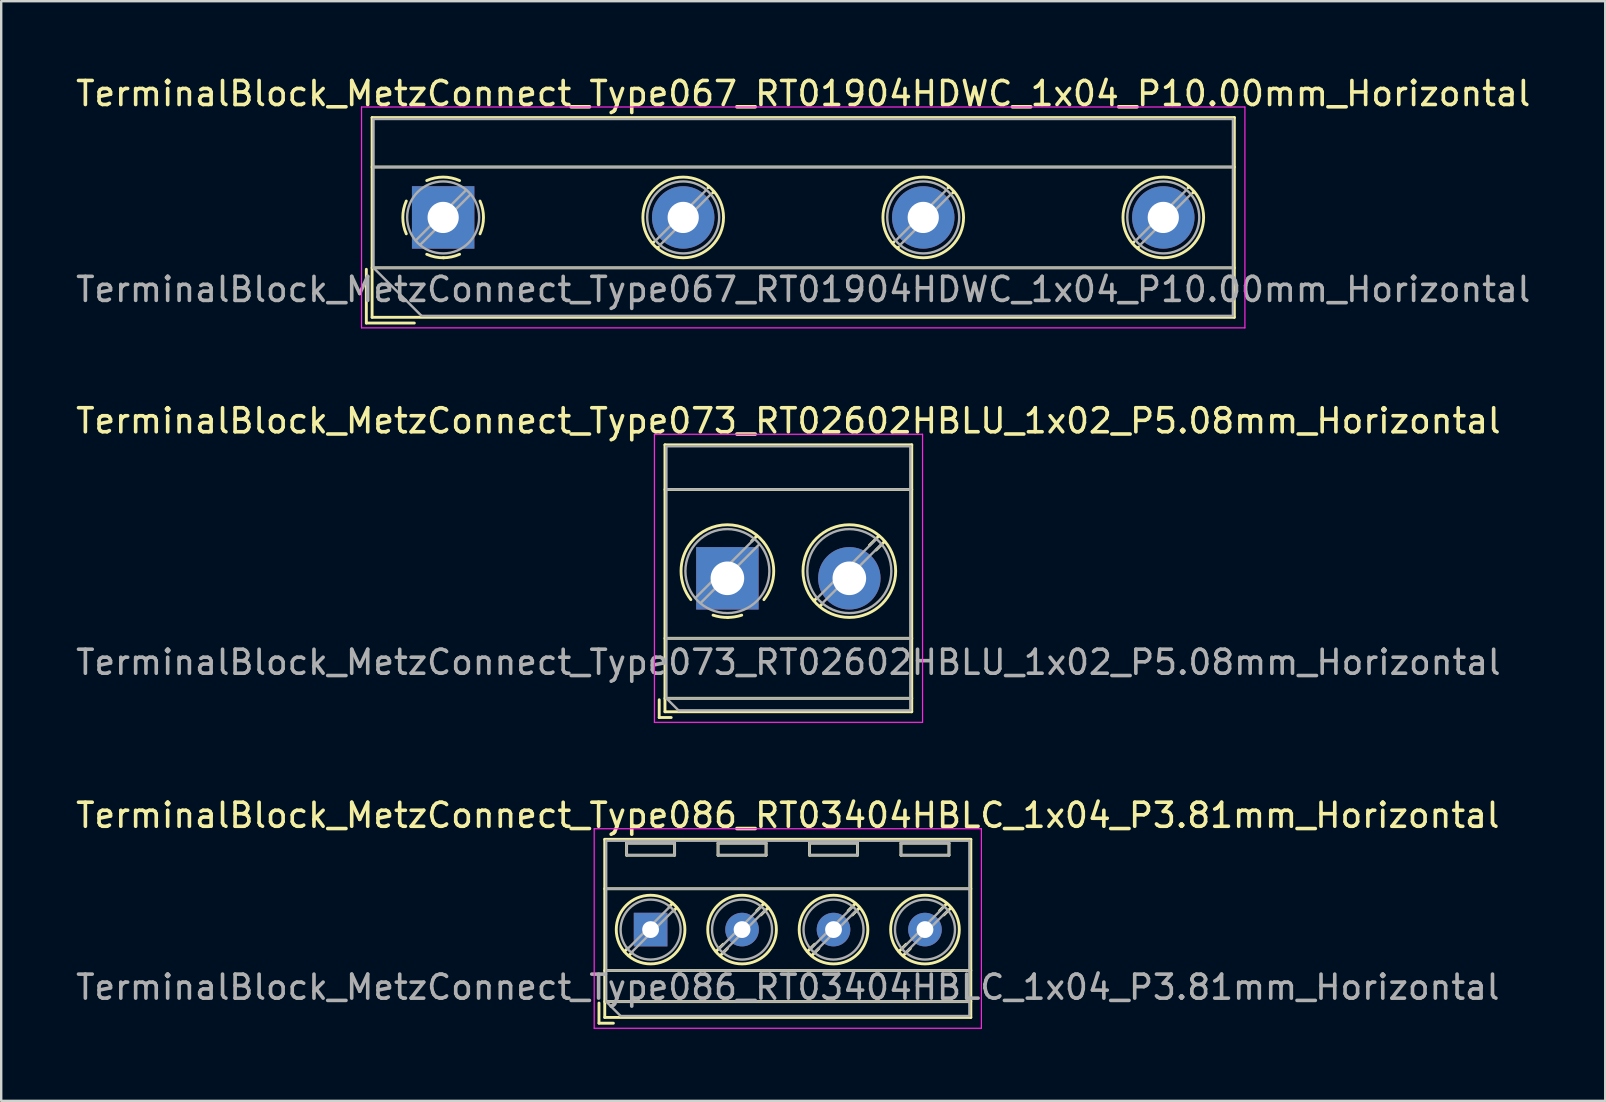
<source format=kicad_pcb>
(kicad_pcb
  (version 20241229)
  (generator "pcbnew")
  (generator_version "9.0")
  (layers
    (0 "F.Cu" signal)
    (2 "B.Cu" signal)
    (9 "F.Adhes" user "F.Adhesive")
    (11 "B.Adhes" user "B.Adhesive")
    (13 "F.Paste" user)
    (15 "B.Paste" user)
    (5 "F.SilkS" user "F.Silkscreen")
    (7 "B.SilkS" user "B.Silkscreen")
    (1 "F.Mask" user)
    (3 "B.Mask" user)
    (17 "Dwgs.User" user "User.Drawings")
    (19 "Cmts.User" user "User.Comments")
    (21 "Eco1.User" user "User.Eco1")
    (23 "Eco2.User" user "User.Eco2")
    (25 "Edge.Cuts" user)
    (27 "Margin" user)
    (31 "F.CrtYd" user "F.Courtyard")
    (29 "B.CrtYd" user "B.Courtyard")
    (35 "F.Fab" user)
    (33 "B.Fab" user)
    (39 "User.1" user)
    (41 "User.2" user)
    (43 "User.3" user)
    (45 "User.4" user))
  (footprint "TerminalBlock_MetzConnect_Type067_RT01904HDWC_1x04_P10.00mm_Horizontal"
    (layer "F.Cu")
    (at 15.411 6.008)
    (property "Reference" "TerminalBlock_MetzConnect_Type067_RT01904HDWC_1x04_P10.00mm_Horizontal" (at 15 -5.16 0) (layer "F.SilkS") (effects (font (size 1 1) (thickness 0.15))))
    (attr through_hole)
    (fp_line (start -3.2 2.16) (end -3.2 4.4) (stroke (width 0.12) (type solid)) (layer "F.SilkS"))
    (fp_line (start -3.2 4.4) (end -1.2 4.4) (stroke (width 0.12) (type solid)) (layer "F.SilkS"))
    (fp_line (start -2.96 -4.16) (end -2.96 4.16) (stroke (width 0.12) (type solid)) (layer "F.SilkS"))
    (fp_line (start -2.96 -4.16) (end 32.96 -4.16) (stroke (width 0.12) (type solid)) (layer "F.SilkS"))
    (fp_line (start -2.96 -2.1) (end 32.96 -2.1) (stroke (width 0.12) (type solid)) (layer "F.SilkS"))
    (fp_line (start -2.96 2.1) (end 32.96 2.1) (stroke (width 0.12) (type solid)) (layer "F.SilkS"))
    (fp_line (start -2.96 4.16) (end 32.96 4.16) (stroke (width 0.12) (type solid)) (layer "F.SilkS"))
    (fp_line (start 8.773 1.023) (end 8.726 1.069) (stroke (width 0.12) (type solid)) (layer "F.SilkS"))
    (fp_line (start 8.966 1.239) (end 8.931 1.274) (stroke (width 0.12) (type solid)) (layer "F.SilkS"))
    (fp_line (start 11.07 -1.275) (end 11.035 -1.239) (stroke (width 0.12) (type solid)) (layer "F.SilkS"))
    (fp_line (start 11.275 -1.069) (end 11.228 -1.023) (stroke (width 0.12) (type solid)) (layer "F.SilkS"))
    (fp_line (start 18.773 1.023) (end 18.726 1.069) (stroke (width 0.12) (type solid)) (layer "F.SilkS"))
    (fp_line (start 18.966 1.239) (end 18.931 1.274) (stroke (width 0.12) (type solid)) (layer "F.SilkS"))
    (fp_line (start 21.07 -1.275) (end 21.035 -1.239) (stroke (width 0.12) (type solid)) (layer "F.SilkS"))
    (fp_line (start 21.275 -1.069) (end 21.228 -1.023) (stroke (width 0.12) (type solid)) (layer "F.SilkS"))
    (fp_line (start 28.773 1.023) (end 28.726 1.069) (stroke (width 0.12) (type solid)) (layer "F.SilkS"))
    (fp_line (start 28.966 1.239) (end 28.931 1.274) (stroke (width 0.12) (type solid)) (layer "F.SilkS"))
    (fp_line (start 31.07 -1.275) (end 31.035 -1.239) (stroke (width 0.12) (type solid)) (layer "F.SilkS"))
    (fp_line (start 31.275 -1.069) (end 31.228 -1.023) (stroke (width 0.12) (type solid)) (layer "F.SilkS"))
    (fp_line (start 32.96 -4.16) (end 32.96 4.16) (stroke (width 0.12) (type solid)) (layer "F.SilkS"))
    (fp_arc (start -1.535427 0.683042) (mid -1.680501 -0.000524) (end -1.535 -0.684) (stroke (width 0.12) (type solid)) (layer "F.SilkS"))
    (fp_arc (start -0.683042 -1.535427) (mid 0.000524 -1.680501) (end 0.684 -1.535) (stroke (width 0.12) (type solid)) (layer "F.SilkS"))
    (fp_arc (start 0.028805 1.680253) (mid -0.335551 1.646659) (end -0.684 1.535) (stroke (width 0.12) (type solid)) (layer "F.SilkS"))
    (fp_arc (start 0.683318 1.534756) (mid 0.349292 1.643288) (end 0 1.68) (stroke (width 0.12) (type solid)) (layer "F.SilkS"))
    (fp_arc (start 1.535427 -0.683042) (mid 1.680501 0.000524) (end 1.535 0.684) (stroke (width 0.12) (type solid)) (layer "F.SilkS"))
    (fp_circle (center 10 0) (end 11.68 0) (stroke (width 0.12) (type solid)) (fill no) (layer "F.SilkS"))
    (fp_circle (center 20 0) (end 21.68 0) (stroke (width 0.12) (type solid)) (fill no) (layer "F.SilkS"))
    (fp_circle (center 30 0) (end 31.68 0) (stroke (width 0.12) (type solid)) (fill no) (layer "F.SilkS"))
    (fp_line (start -3.4 -4.6) (end -3.4 4.6) (stroke (width 0.05) (type solid)) (layer "F.CrtYd"))
    (fp_line (start -3.4 4.6) (end 33.4 4.6) (stroke (width 0.05) (type solid)) (layer "F.CrtYd"))
    (fp_line (start 33.4 -4.6) (end -3.4 -4.6) (stroke (width 0.05) (type solid)) (layer "F.CrtYd"))
    (fp_line (start 33.4 4.6) (end 33.4 -4.6) (stroke (width 0.05) (type solid)) (layer "F.CrtYd"))
    (fp_line (start -2.9 -4.1) (end 32.9 -4.1) (stroke (width 0.1) (type solid)) (layer "F.Fab"))
    (fp_line (start -2.9 -2.1) (end 32.9 -2.1) (stroke (width 0.1) (type solid)) (layer "F.Fab"))
    (fp_line (start -2.9 2.1) (end -2.9 -4.1) (stroke (width 0.1) (type solid)) (layer "F.Fab"))
    (fp_line (start -2.9 2.1) (end 32.9 2.1) (stroke (width 0.1) (type solid)) (layer "F.Fab"))
    (fp_line (start -0.9 4.1) (end -2.9 2.1) (stroke (width 0.1) (type solid)) (layer "F.Fab"))
    (fp_line (start 0.955 -1.138) (end -1.138 0.955) (stroke (width 0.1) (type solid)) (layer "F.Fab"))
    (fp_line (start 1.138 -0.955) (end -0.955 1.138) (stroke (width 0.1) (type solid)) (layer "F.Fab"))
    (fp_line (start 10.955 -1.138) (end 8.863 0.955) (stroke (width 0.1) (type solid)) (layer "F.Fab"))
    (fp_line (start 11.138 -0.955) (end 9.046 1.138) (stroke (width 0.1) (type solid)) (layer "F.Fab"))
    (fp_line (start 20.955 -1.138) (end 18.863 0.955) (stroke (width 0.1) (type solid)) (layer "F.Fab"))
    (fp_line (start 21.138 -0.955) (end 19.046 1.138) (stroke (width 0.1) (type solid)) (layer "F.Fab"))
    (fp_line (start 30.955 -1.138) (end 28.863 0.955) (stroke (width 0.1) (type solid)) (layer "F.Fab"))
    (fp_line (start 31.138 -0.955) (end 29.046 1.138) (stroke (width 0.1) (type solid)) (layer "F.Fab"))
    (fp_line (start 32.9 -4.1) (end 32.9 4.1) (stroke (width 0.1) (type solid)) (layer "F.Fab"))
    (fp_line (start 32.9 4.1) (end -0.9 4.1) (stroke (width 0.1) (type solid)) (layer "F.Fab"))
    (fp_circle (center 0 0) (end 1.5 0) (stroke (width 0.1) (type solid)) (fill no) (layer "F.Fab"))
    (fp_circle (center 10 0) (end 11.5 0) (stroke (width 0.1) (type solid)) (fill no) (layer "F.Fab"))
    (fp_circle (center 20 0) (end 21.5 0) (stroke (width 0.1) (type solid)) (fill no) (layer "F.Fab"))
    (fp_circle (center 30 0) (end 31.5 0) (stroke (width 0.1) (type solid)) (fill no) (layer "F.Fab"))
    (fp_text user "${REFERENCE}" (at 15 3 0) (layer "F.Fab") (effects (font (size 1 1) (thickness 0.15))))
    (pad "1" thru_hole rect (at 0 0) (size 2.6 2.6) (drill 1.3) (layers "*.Cu" "*.Mask"))
    (pad "2" thru_hole circle (at 10 0) (size 2.6 2.6) (drill 1.3) (layers "*.Cu" "*.Mask"))
    (pad "3" thru_hole circle (at 20 0) (size 2.6 2.6) (drill 1.3) (layers "*.Cu" "*.Mask"))
    (pad "4" thru_hole circle (at 30 0) (size 2.6 2.6) (drill 1.3) (layers "*.Cu" "*.Mask")))
  (footprint "TerminalBlock_MetzConnect_Type086_RT03404HBLC_1x04_P3.81mm_Horizontal"
    (layer "F.Cu")
    (at 24.053 35.675)
    (property "Reference" "TerminalBlock_MetzConnect_Type086_RT03404HBLC_1x04_P3.81mm_Horizontal" (at 5.715 -4.76 0) (layer "F.SilkS") (effects (font (size 1 1) (thickness 0.15))))
    (attr through_hole)
    (fp_line (start -2.15 3.06) (end -2.15 3.9) (stroke (width 0.12) (type solid)) (layer "F.SilkS"))
    (fp_line (start -2.15 3.9) (end -1.55 3.9) (stroke (width 0.12) (type solid)) (layer "F.SilkS"))
    (fp_line (start -1.91 -3.76) (end -1.91 3.66) (stroke (width 0.12) (type solid)) (layer "F.SilkS"))
    (fp_line (start -1.91 -3.76) (end 13.34 -3.76) (stroke (width 0.12) (type solid)) (layer "F.SilkS"))
    (fp_line (start -1.91 -1.7) (end 13.34 -1.7) (stroke (width 0.12) (type solid)) (layer "F.SilkS"))
    (fp_line (start -1.91 1.701) (end 13.34 1.701) (stroke (width 0.12) (type solid)) (layer "F.SilkS"))
    (fp_line (start -1.91 3) (end 13.34 3) (stroke (width 0.12) (type solid)) (layer "F.SilkS"))
    (fp_line (start -1.91 3.66) (end 13.34 3.66) (stroke (width 0.12) (type solid)) (layer "F.SilkS"))
    (fp_line (start -1 -3.6) (end -1 -3.1) (stroke (width 0.12) (type solid)) (layer "F.SilkS"))
    (fp_line (start -1 -3.6) (end 1 -3.6) (stroke (width 0.12) (type solid)) (layer "F.SilkS"))
    (fp_line (start -1 -3.1) (end 1 -3.1) (stroke (width 0.12) (type solid)) (layer "F.SilkS"))
    (fp_line (start -0.946 0.771) (end -1.085 0.91) (stroke (width 0.12) (type solid)) (layer "F.SilkS"))
    (fp_line (start -0.771 0.945) (end -0.911 1.085) (stroke (width 0.12) (type solid)) (layer "F.SilkS"))
    (fp_line (start 0.911 -1.085) (end 0.771 -0.945) (stroke (width 0.12) (type solid)) (layer "F.SilkS"))
    (fp_line (start 1 -3.6) (end 1 -3.1) (stroke (width 0.12) (type solid)) (layer "F.SilkS"))
    (fp_line (start 1.085 -0.91) (end 0.945 -0.771) (stroke (width 0.12) (type solid)) (layer "F.SilkS"))
    (fp_line (start 2.81 -3.6) (end 2.81 -3.1) (stroke (width 0.12) (type solid)) (layer "F.SilkS"))
    (fp_line (start 2.81 -3.6) (end 4.81 -3.6) (stroke (width 0.12) (type solid)) (layer "F.SilkS"))
    (fp_line (start 2.81 -3.1) (end 4.81 -3.1) (stroke (width 0.12) (type solid)) (layer "F.SilkS"))
    (fp_line (start 3.025 0.611) (end 2.726 0.91) (stroke (width 0.12) (type solid)) (layer "F.SilkS"))
    (fp_line (start 3.2 0.786) (end 2.9 1.085) (stroke (width 0.12) (type solid)) (layer "F.SilkS"))
    (fp_line (start 4.721 -1.085) (end 4.421 -0.786) (stroke (width 0.12) (type solid)) (layer "F.SilkS"))
    (fp_line (start 4.81 -3.6) (end 4.81 -3.1) (stroke (width 0.12) (type solid)) (layer "F.SilkS"))
    (fp_line (start 4.895 -0.91) (end 4.596 -0.611) (stroke (width 0.12) (type solid)) (layer "F.SilkS"))
    (fp_line (start 6.62 -3.6) (end 6.62 -3.1) (stroke (width 0.12) (type solid)) (layer "F.SilkS"))
    (fp_line (start 6.62 -3.6) (end 8.62 -3.6) (stroke (width 0.12) (type solid)) (layer "F.SilkS"))
    (fp_line (start 6.62 -3.1) (end 8.62 -3.1) (stroke (width 0.12) (type solid)) (layer "F.SilkS"))
    (fp_line (start 6.835 0.611) (end 6.536 0.91) (stroke (width 0.12) (type solid)) (layer "F.SilkS"))
    (fp_line (start 7.01 0.786) (end 6.71 1.085) (stroke (width 0.12) (type solid)) (layer "F.SilkS"))
    (fp_line (start 8.531 -1.085) (end 8.231 -0.786) (stroke (width 0.12) (type solid)) (layer "F.SilkS"))
    (fp_line (start 8.62 -3.6) (end 8.62 -3.1) (stroke (width 0.12) (type solid)) (layer "F.SilkS"))
    (fp_line (start 8.705 -0.91) (end 8.406 -0.611) (stroke (width 0.12) (type solid)) (layer "F.SilkS"))
    (fp_line (start 10.43 -3.6) (end 10.43 -3.1) (stroke (width 0.12) (type solid)) (layer "F.SilkS"))
    (fp_line (start 10.43 -3.6) (end 12.43 -3.6) (stroke (width 0.12) (type solid)) (layer "F.SilkS"))
    (fp_line (start 10.43 -3.1) (end 12.43 -3.1) (stroke (width 0.12) (type solid)) (layer "F.SilkS"))
    (fp_line (start 10.645 0.611) (end 10.346 0.91) (stroke (width 0.12) (type solid)) (layer "F.SilkS"))
    (fp_line (start 10.82 0.786) (end 10.52 1.085) (stroke (width 0.12) (type solid)) (layer "F.SilkS"))
    (fp_line (start 12.341 -1.085) (end 12.041 -0.786) (stroke (width 0.12) (type solid)) (layer "F.SilkS"))
    (fp_line (start 12.43 -3.6) (end 12.43 -3.1) (stroke (width 0.12) (type solid)) (layer "F.SilkS"))
    (fp_line (start 12.515 -0.91) (end 12.216 -0.611) (stroke (width 0.12) (type solid)) (layer "F.SilkS"))
    (fp_line (start 13.34 -3.76) (end 13.34 3.66) (stroke (width 0.12) (type solid)) (layer "F.SilkS"))
    (fp_circle (center 0 0) (end 1.43 0) (stroke (width 0.12) (type solid)) (fill no) (layer "F.SilkS"))
    (fp_circle (center 3.81 0) (end 5.24 0) (stroke (width 0.12) (type solid)) (fill no) (layer "F.SilkS"))
    (fp_circle (center 7.62 0) (end 9.05 0) (stroke (width 0.12) (type solid)) (fill no) (layer "F.SilkS"))
    (fp_circle (center 11.43 0) (end 12.86 0) (stroke (width 0.12) (type solid)) (fill no) (layer "F.SilkS"))
    (fp_line (start -2.35 -4.2) (end -2.35 4.11) (stroke (width 0.05) (type solid)) (layer "F.CrtYd"))
    (fp_line (start -2.35 4.11) (end 13.78 4.11) (stroke (width 0.05) (type solid)) (layer "F.CrtYd"))
    (fp_line (start 13.78 -4.2) (end -2.35 -4.2) (stroke (width 0.05) (type solid)) (layer "F.CrtYd"))
    (fp_line (start 13.78 4.11) (end 13.78 -4.2) (stroke (width 0.05) (type solid)) (layer "F.CrtYd"))
    (fp_line (start -1.85 -3.7) (end 13.28 -3.7) (stroke (width 0.1) (type solid)) (layer "F.Fab"))
    (fp_line (start -1.85 -1.7) (end 13.28 -1.7) (stroke (width 0.1) (type solid)) (layer "F.Fab"))
    (fp_line (start -1.85 1.7) (end 13.28 1.7) (stroke (width 0.1) (type solid)) (layer "F.Fab"))
    (fp_line (start -1.85 3) (end -1.85 -3.7) (stroke (width 0.1) (type solid)) (layer "F.Fab"))
    (fp_line (start -1.85 3) (end 13.28 3) (stroke (width 0.1) (type solid)) (layer "F.Fab"))
    (fp_line (start -1.25 3.6) (end -1.85 3) (stroke (width 0.1) (type solid)) (layer "F.Fab"))
    (fp_line (start -1 -3.6) (end -1 -3.1) (stroke (width 0.1) (type solid)) (layer "F.Fab"))
    (fp_line (start -1 -3.1) (end 1 -3.1) (stroke (width 0.1) (type solid)) (layer "F.Fab"))
    (fp_line (start 0.796 -0.948) (end -0.949 0.796) (stroke (width 0.1) (type solid)) (layer "F.Fab"))
    (fp_line (start 0.949 -0.796) (end -0.796 0.948) (stroke (width 0.1) (type solid)) (layer "F.Fab"))
    (fp_line (start 1 -3.6) (end -1 -3.6) (stroke (width 0.1) (type solid)) (layer "F.Fab"))
    (fp_line (start 1 -3.1) (end 1 -3.6) (stroke (width 0.1) (type solid)) (layer "F.Fab"))
    (fp_line (start 2.81 -3.6) (end 2.81 -3.1) (stroke (width 0.1) (type solid)) (layer "F.Fab"))
    (fp_line (start 2.81 -3.1) (end 4.81 -3.1) (stroke (width 0.1) (type solid)) (layer "F.Fab"))
    (fp_line (start 4.606 -0.948) (end 2.862 0.796) (stroke (width 0.1) (type solid)) (layer "F.Fab"))
    (fp_line (start 4.759 -0.796) (end 3.015 0.948) (stroke (width 0.1) (type solid)) (layer "F.Fab"))
    (fp_line (start 4.81 -3.6) (end 2.81 -3.6) (stroke (width 0.1) (type solid)) (layer "F.Fab"))
    (fp_line (start 4.81 -3.1) (end 4.81 -3.6) (stroke (width 0.1) (type solid)) (layer "F.Fab"))
    (fp_line (start 6.62 -3.6) (end 6.62 -3.1) (stroke (width 0.1) (type solid)) (layer "F.Fab"))
    (fp_line (start 6.62 -3.1) (end 8.62 -3.1) (stroke (width 0.1) (type solid)) (layer "F.Fab"))
    (fp_line (start 8.416 -0.948) (end 6.672 0.796) (stroke (width 0.1) (type solid)) (layer "F.Fab"))
    (fp_line (start 8.569 -0.796) (end 6.825 0.948) (stroke (width 0.1) (type solid)) (layer "F.Fab"))
    (fp_line (start 8.62 -3.6) (end 6.62 -3.6) (stroke (width 0.1) (type solid)) (layer "F.Fab"))
    (fp_line (start 8.62 -3.1) (end 8.62 -3.6) (stroke (width 0.1) (type solid)) (layer "F.Fab"))
    (fp_line (start 10.43 -3.6) (end 10.43 -3.1) (stroke (width 0.1) (type solid)) (layer "F.Fab"))
    (fp_line (start 10.43 -3.1) (end 12.43 -3.1) (stroke (width 0.1) (type solid)) (layer "F.Fab"))
    (fp_line (start 12.226 -0.948) (end 10.482 0.796) (stroke (width 0.1) (type solid)) (layer "F.Fab"))
    (fp_line (start 12.379 -0.796) (end 10.635 0.948) (stroke (width 0.1) (type solid)) (layer "F.Fab"))
    (fp_line (start 12.43 -3.6) (end 10.43 -3.6) (stroke (width 0.1) (type solid)) (layer "F.Fab"))
    (fp_line (start 12.43 -3.1) (end 12.43 -3.6) (stroke (width 0.1) (type solid)) (layer "F.Fab"))
    (fp_line (start 13.28 -3.7) (end 13.28 3.6) (stroke (width 0.1) (type solid)) (layer "F.Fab"))
    (fp_line (start 13.28 3.6) (end -1.25 3.6) (stroke (width 0.1) (type solid)) (layer "F.Fab"))
    (fp_circle (center 0 0) (end 1.25 0) (stroke (width 0.1) (type solid)) (fill no) (layer "F.Fab"))
    (fp_circle (center 3.81 0) (end 5.06 0) (stroke (width 0.1) (type solid)) (fill no) (layer "F.Fab"))
    (fp_circle (center 7.62 0) (end 8.87 0) (stroke (width 0.1) (type solid)) (fill no) (layer "F.Fab"))
    (fp_circle (center 11.43 0) (end 12.68 0) (stroke (width 0.1) (type solid)) (fill no) (layer "F.Fab"))
    (fp_text user "${REFERENCE}" (at 5.715 2.4 0) (layer "F.Fab") (effects (font (size 1 1) (thickness 0.15))))
    (pad "1" thru_hole rect (at 0 0) (size 1.4 1.4) (drill 0.7) (layers "*.Cu" "*.Mask"))
    (pad "2" thru_hole circle (at 3.81 0) (size 1.4 1.4) (drill 0.7) (layers "*.Cu" "*.Mask"))
    (pad "3" thru_hole circle (at 7.62 0) (size 1.4 1.4) (drill 0.7) (layers "*.Cu" "*.Mask"))
    (pad "4" thru_hole circle (at 11.43 0) (size 1.4 1.4) (drill 0.7) (layers "*.Cu" "*.Mask")))
  (footprint "TerminalBlock_MetzConnect_Type073_RT02602HBLU_1x02_P5.08mm_Horizontal"
    (layer "F.Cu")
    (at 27.252 21.041)
    (property "Reference" "TerminalBlock_MetzConnect_Type073_RT02602HBLU_1x02_P5.08mm_Horizontal" (at 2.54 -6.56 0) (layer "F.SilkS") (effects (font (size 1 1) (thickness 0.15))))
    (attr through_hole)
    (fp_line (start -2.84 5.06) (end -2.84 5.8) (stroke (width 0.12) (type solid)) (layer "F.SilkS"))
    (fp_line (start -2.84 5.8) (end -2.34 5.8) (stroke (width 0.12) (type solid)) (layer "F.SilkS"))
    (fp_line (start -2.6 -5.56) (end -2.6 5.56) (stroke (width 0.12) (type solid)) (layer "F.SilkS"))
    (fp_line (start -2.6 -5.56) (end 7.68 -5.56) (stroke (width 0.12) (type solid)) (layer "F.SilkS"))
    (fp_line (start -2.6 -3.7) (end 7.68 -3.7) (stroke (width 0.12) (type solid)) (layer "F.SilkS"))
    (fp_line (start -2.6 2.5) (end 7.68 2.5) (stroke (width 0.12) (type solid)) (layer "F.SilkS"))
    (fp_line (start -2.6 5) (end 7.68 5) (stroke (width 0.12) (type solid)) (layer "F.SilkS"))
    (fp_line (start -2.6 5.56) (end 7.68 5.56) (stroke (width 0.12) (type solid)) (layer "F.SilkS"))
    (fp_line (start 1.229 -1.764) (end 1.013 -1.549) (stroke (width 0.12) (type solid)) (layer "F.SilkS"))
    (fp_line (start 3.724 0.821) (end 3.617 0.928) (stroke (width 0.12) (type solid)) (layer "F.SilkS"))
    (fp_line (start 3.933 1.083) (end 3.852 1.164) (stroke (width 0.12) (type solid)) (layer "F.SilkS"))
    (fp_line (start 6.309 -1.764) (end 5.918 -1.374) (stroke (width 0.12) (type solid)) (layer "F.SilkS"))
    (fp_line (start 6.544 -1.529) (end 6.194 -1.179) (stroke (width 0.12) (type solid)) (layer "F.SilkS"))
    (fp_line (start 7.68 -5.56) (end 7.68 5.56) (stroke (width 0.12) (type solid)) (layer "F.SilkS"))
    (fp_arc (start -1.521645 0.888175) (mid -1.930586 -0.300524) (end -1.521 -1.489) (stroke (width 0.12) (type solid)) (layer "F.SilkS"))
    (fp_arc (start -1.500317 -1.514609) (mid -0.000252 -2.230344) (end 1.5 -1.515) (stroke (width 0.12) (type solid)) (layer "F.SilkS"))
    (fp_arc (start 0.033269 1.630336) (mid -0.285785 1.609354) (end -0.597 1.536) (stroke (width 0.12) (type solid)) (layer "F.SilkS"))
    (fp_arc (start 0.596403 1.535539) (mid 0.301919 1.606238) (end 0 1.63) (stroke (width 0.12) (type solid)) (layer "F.SilkS"))
    (fp_arc (start 1.521645 -1.488175) (mid 1.930586 -0.299476) (end 1.521 0.889) (stroke (width 0.12) (type solid)) (layer "F.SilkS"))
    (fp_arc (start 5.08 1.63) (mid 5.08 -2.23) (end 5.08 1.63) (stroke (width 0.12) (type solid)) (layer "F.SilkS"))
    (fp_line (start -3.04 -6) (end -3.04 6) (stroke (width 0.05) (type solid)) (layer "F.CrtYd"))
    (fp_line (start -3.04 6) (end 8.13 6) (stroke (width 0.05) (type solid)) (layer "F.CrtYd"))
    (fp_line (start 8.13 -6) (end -3.04 -6) (stroke (width 0.05) (type solid)) (layer "F.CrtYd"))
    (fp_line (start 8.13 6) (end 8.13 -6) (stroke (width 0.05) (type solid)) (layer "F.CrtYd"))
    (fp_line (start -2.54 -5.5) (end 7.62 -5.5) (stroke (width 0.1) (type solid)) (layer "F.Fab"))
    (fp_line (start -2.54 -3.7) (end 7.62 -3.7) (stroke (width 0.1) (type solid)) (layer "F.Fab"))
    (fp_line (start -2.54 2.5) (end 7.62 2.5) (stroke (width 0.1) (type solid)) (layer "F.Fab"))
    (fp_line (start -2.54 5) (end -2.54 -5.5) (stroke (width 0.1) (type solid)) (layer "F.Fab"))
    (fp_line (start -2.54 5) (end 7.62 5) (stroke (width 0.1) (type solid)) (layer "F.Fab"))
    (fp_line (start -2.04 5.5) (end -2.54 5) (stroke (width 0.1) (type solid)) (layer "F.Fab"))
    (fp_line (start 1.114 -1.628) (end -1.328 0.814) (stroke (width 0.1) (type solid)) (layer "F.Fab"))
    (fp_line (start 1.328 -1.414) (end -1.114 1.027) (stroke (width 0.1) (type solid)) (layer "F.Fab"))
    (fp_line (start 6.194 -1.628) (end 3.753 0.814) (stroke (width 0.1) (type solid)) (layer "F.Fab"))
    (fp_line (start 6.408 -1.414) (end 3.967 1.027) (stroke (width 0.1) (type solid)) (layer "F.Fab"))
    (fp_line (start 7.62 -5.5) (end 7.62 5.5) (stroke (width 0.1) (type solid)) (layer "F.Fab"))
    (fp_line (start 7.62 5.5) (end -2.04 5.5) (stroke (width 0.1) (type solid)) (layer "F.Fab"))
    (fp_circle (center 0 -0.3) (end 1.75 -0.3) (stroke (width 0.1) (type solid)) (fill no) (layer "F.Fab"))
    (fp_circle (center 5.08 -0.3) (end 6.83 -0.3) (stroke (width 0.1) (type solid)) (fill no) (layer "F.Fab"))
    (fp_text user "${REFERENCE}" (at 2.54 3.5 0) (layer "F.Fab") (effects (font (size 1 1) (thickness 0.15))))
    (pad "1" thru_hole rect (at 0 0) (size 2.6 2.6) (drill 1.4) (layers "*.Cu" "*.Mask"))
    (pad "2" thru_hole circle (at 5.08 0) (size 2.6 2.6) (drill 1.4) (layers "*.Cu" "*.Mask")))
  (gr_rect
    (start -3 -3)
    (end 63.821 42.81)
    (stroke (width 0.1) (type default))
    (fill no)
    (layer "Edge.Cuts")))
</source>
